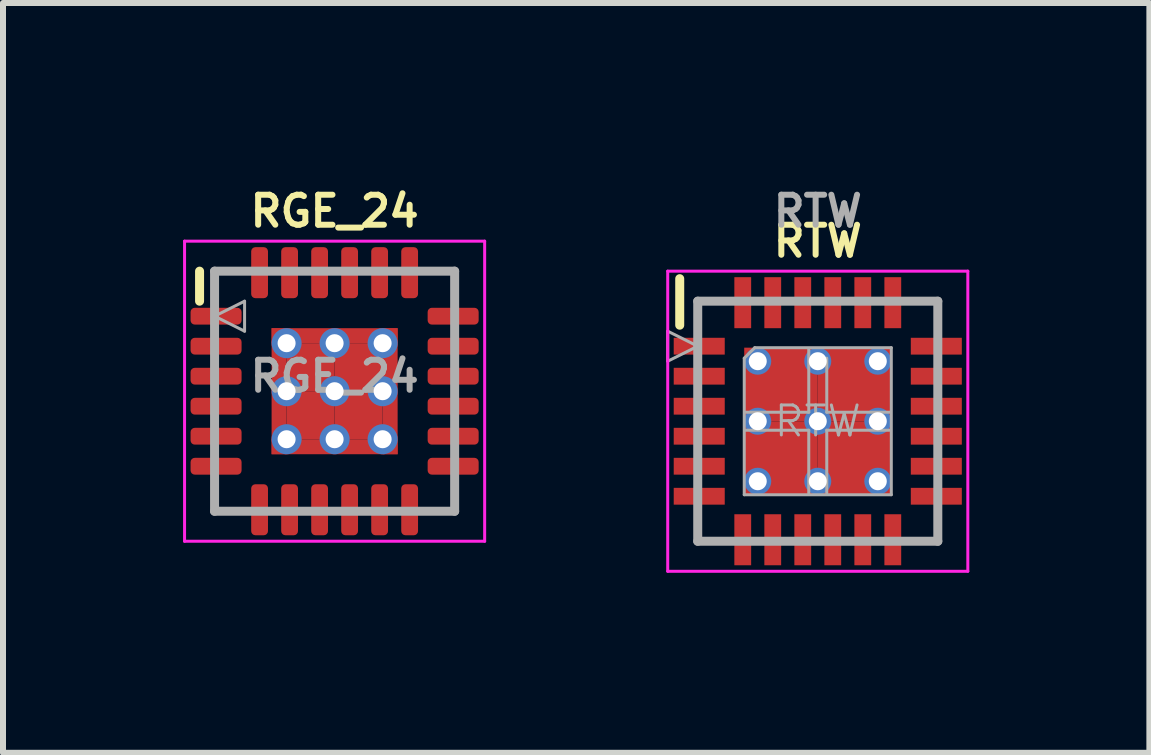
<source format=kicad_pcb>
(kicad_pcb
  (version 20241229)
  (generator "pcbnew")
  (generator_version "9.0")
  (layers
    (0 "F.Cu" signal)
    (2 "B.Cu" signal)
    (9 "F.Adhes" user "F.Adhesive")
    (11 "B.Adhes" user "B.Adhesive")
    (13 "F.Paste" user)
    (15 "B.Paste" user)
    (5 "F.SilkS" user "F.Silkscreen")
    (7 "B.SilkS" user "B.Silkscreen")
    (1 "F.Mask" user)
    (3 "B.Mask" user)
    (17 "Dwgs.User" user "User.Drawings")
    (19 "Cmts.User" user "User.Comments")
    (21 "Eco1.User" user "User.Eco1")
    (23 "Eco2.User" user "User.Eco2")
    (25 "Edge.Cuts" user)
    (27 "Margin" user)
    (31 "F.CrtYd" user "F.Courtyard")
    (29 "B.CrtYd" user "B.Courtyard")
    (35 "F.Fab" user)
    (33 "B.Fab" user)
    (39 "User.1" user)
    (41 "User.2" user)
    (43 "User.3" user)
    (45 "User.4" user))
  (footprint "RTW"
    (layer "F.Cu")
    (at 10.575 3.968)
    (property "Reference" "RTW" (at 0 -3 0) (layer "F.SilkS") (effects (font (size 0.5 0.5) (thickness 0.1))))
    (attr smd)
    (fp_line (start -2.3 -1.6) (end -2.3 -2.375) (stroke (width 0.15) (type solid)) (layer "F.SilkS"))
    (fp_line (start -2.5 -2.5) (end -2.5 2.5) (stroke (width 0.05) (type solid)) (layer "F.CrtYd"))
    (fp_line (start -2.5 -2.5) (end 2.5 -2.5) (stroke (width 0.05) (type solid)) (layer "F.CrtYd"))
    (fp_line (start -2.5 2.5) (end 2.5 2.5) (stroke (width 0.05) (type solid)) (layer "F.CrtYd"))
    (fp_line (start 2.5 -2.5) (end 2.5 2.5) (stroke (width 0.05) (type solid)) (layer "F.CrtYd"))
    (fp_line (start -2.5 -1.5) (end -2.5 -1) (stroke (width 0.05) (type solid)) (layer "F.Fab"))
    (fp_line (start -2.5 -1) (end -2 -1.25) (stroke (width 0.05) (type solid)) (layer "F.Fab"))
    (fp_line (start -2 -2) (end 2 -2) (stroke (width 0.15) (type solid)) (layer "F.Fab"))
    (fp_line (start -2 -1.25) (end -2.5 -1.5) (stroke (width 0.05) (type solid)) (layer "F.Fab"))
    (fp_line (start -2 2) (end -2 -2) (stroke (width 0.15) (type solid)) (layer "F.Fab"))
    (fp_line (start -1.225 -1.05) (end -1.05 -1.225) (stroke (width 0.05) (type solid)) (layer "F.Fab"))
    (fp_line (start -1.225 1.225) (end -1.225 -1.05) (stroke (width 0.05) (type solid)) (layer "F.Fab"))
    (fp_line (start -1.2 -0.15) (end -0.15 -0.15) (stroke (width 0.05) (type solid)) (layer "F.Fab"))
    (fp_line (start -1.05 -1.225) (end 1.225 -1.225) (stroke (width 0.05) (type solid)) (layer "F.Fab"))
    (fp_line (start -0.15 -1.2) (end -0.15 -0.15) (stroke (width 0.05) (type solid)) (layer "F.Fab"))
    (fp_line (start -0.15 0.15) (end -1.2 0.15) (stroke (width 0.05) (type solid)) (layer "F.Fab"))
    (fp_line (start -0.15 0.15) (end -0.15 1.2) (stroke (width 0.05) (type solid)) (layer "F.Fab"))
    (fp_line (start 0.15 -0.15) (end 0.15 -1.05) (stroke (width 0.05) (type solid)) (layer "F.Fab"))
    (fp_line (start 0.15 -0.15) (end 1.2 -0.15) (stroke (width 0.05) (type solid)) (layer "F.Fab"))
    (fp_line (start 0.15 0.15) (end 0.15 1.2) (stroke (width 0.05) (type solid)) (layer "F.Fab"))
    (fp_line (start 0.15 0.15) (end 1.2 0.15) (stroke (width 0.05) (type solid)) (layer "F.Fab"))
    (fp_line (start 1.225 -1.225) (end 1.225 1.225) (stroke (width 0.05) (type solid)) (layer "F.Fab"))
    (fp_line (start 1.225 1.225) (end -1.225 1.225) (stroke (width 0.05) (type solid)) (layer "F.Fab"))
    (fp_line (start 2 -2) (end 2 2) (stroke (width 0.15) (type solid)) (layer "F.Fab"))
    (fp_line (start 2 2) (end -2 2) (stroke (width 0.15) (type solid)) (layer "F.Fab"))
    (fp_text user "${REFERENCE}" (at 0 -3.5 0) (layer "F.Fab") (effects (font (size 0.5 0.5) (thickness 0.1))))
    (fp_text user "${REFERENCE}" (at 0 0 0) (layer "F.Fab") (effects (font (size 0.5 0.5) (thickness 0.05))))
    (pad "1" smd rect (at -1.975 -1.25) (size 0.85 0.28) (layers "F.Cu" "F.Mask" "F.Paste"))
    (pad "2" smd rect (at -1.975 -0.75) (size 0.85 0.28) (layers "F.Cu" "F.Mask" "F.Paste"))
    (pad "3" smd rect (at -1.975 -0.25) (size 0.85 0.28) (layers "F.Cu" "F.Mask" "F.Paste"))
    (pad "4" smd rect (at -1.975 0.25) (size 0.85 0.28) (layers "F.Cu" "F.Mask" "F.Paste"))
    (pad "5" smd rect (at -1.975 0.75) (size 0.85 0.28) (layers "F.Cu" "F.Mask" "F.Paste"))
    (pad "6" smd rect (at -1.975 1.25) (size 0.85 0.28) (layers "F.Cu" "F.Mask" "F.Paste"))
    (pad "7" smd rect (at -1.25 1.975) (size 0.28 0.85) (layers "F.Cu" "F.Mask" "F.Paste"))
    (pad "8" smd rect (at -0.75 1.975) (size 0.28 0.85) (layers "F.Cu" "F.Mask" "F.Paste"))
    (pad "9" smd rect (at -0.25 1.975) (size 0.28 0.85) (layers "F.Cu" "F.Mask" "F.Paste"))
    (pad "10" smd rect (at 0.25 1.975) (size 0.28 0.85) (layers "F.Cu" "F.Mask" "F.Paste"))
    (pad "11" smd rect (at 0.75 1.975) (size 0.28 0.85) (layers "F.Cu" "F.Mask" "F.Paste"))
    (pad "12" smd rect (at 1.25 1.975) (size 0.28 0.85) (layers "F.Cu" "F.Mask" "F.Paste"))
    (pad "13" smd rect (at 1.975 1.25) (size 0.85 0.28) (layers "F.Cu" "F.Mask" "F.Paste"))
    (pad "14" smd rect (at 1.975 0.75) (size 0.85 0.28) (layers "F.Cu" "F.Mask" "F.Paste"))
    (pad "15" smd rect (at 1.975 0.25) (size 0.85 0.28) (layers "F.Cu" "F.Mask" "F.Paste"))
    (pad "16" smd rect (at 1.975 -0.25) (size 0.85 0.28) (layers "F.Cu" "F.Mask" "F.Paste"))
    (pad "17" smd rect (at 1.975 -0.75) (size 0.85 0.28) (layers "F.Cu" "F.Mask" "F.Paste"))
    (pad "18" smd rect (at 1.975 -1.25) (size 0.85 0.28) (layers "F.Cu" "F.Mask" "F.Paste"))
    (pad "19" smd rect (at 1.25 -1.975) (size 0.28 0.85) (layers "F.Cu" "F.Mask" "F.Paste"))
    (pad "20" smd rect (at 0.75 -1.975) (size 0.28 0.85) (layers "F.Cu" "F.Mask" "F.Paste"))
    (pad "21" smd rect (at 0.25 -1.975) (size 0.28 0.85) (layers "F.Cu" "F.Mask" "F.Paste"))
    (pad "22" smd rect (at -0.25 -1.975) (size 0.28 0.85) (layers "F.Cu" "F.Mask" "F.Paste"))
    (pad "23" smd rect (at -0.75 -1.975) (size 0.28 0.85) (layers "F.Cu" "F.Mask" "F.Paste"))
    (pad "24" smd rect (at -1.25 -1.975) (size 0.28 0.85) (layers "F.Cu" "F.Mask" "F.Paste"))
    (pad "25" thru_hole circle (at -1 -1) (size 0.45 0.45) (drill 0.3) (layers "*.Cu"))
    (pad "25" thru_hole circle (at -1 0) (size 0.45 0.45) (drill 0.3) (layers "*.Cu"))
    (pad "25" thru_hole circle (at -1 1) (size 0.45 0.45) (drill 0.3) (layers "*.Cu"))
    (pad "25" smd rect (at -0.613 -0.613) (size 1.225 1.225) (layers "F.Cu" "F.Mask" "F.Paste"))
    (pad "25" smd rect (at -0.613 0.613) (size 1.225 1.225) (layers "F.Cu" "F.Mask" "F.Paste"))
    (pad "25" thru_hole circle (at 0 -1) (size 0.45 0.45) (drill 0.3) (layers "*.Cu"))
    (pad "25" thru_hole circle (at 0 0) (size 0.45 0.45) (drill 0.3) (layers "*.Cu"))
    (pad "25" thru_hole circle (at 0 1) (size 0.45 0.45) (drill 0.3) (layers "*.Cu"))
    (pad "25" smd rect (at 0.613 -0.613) (size 1.225 1.225) (layers "F.Cu" "F.Mask" "F.Paste"))
    (pad "25" smd rect (at 0.613 0.613) (size 1.225 1.225) (layers "F.Cu" "F.Mask" "F.Paste"))
    (pad "25" thru_hole circle (at 1 -1) (size 0.45 0.45) (drill 0.3) (layers "*.Cu"))
    (pad "25" thru_hole circle (at 1 0) (size 0.45 0.45) (drill 0.3) (layers "*.Cu"))
    (pad "25" thru_hole circle (at 1 1) (size 0.45 0.45) (drill 0.3) (layers "*.Cu")))
  (footprint "RGE_24"
    (layer "F.Cu")
    (at 2.525 3.468)
    (property "Reference" "RGE_24" (at 0 -3 0) (layer "F.SilkS") (effects (font (size 0.5 0.5) (thickness 0.1))))
    (attr smd)
    (fp_line (start -2.25 -2) (end -2.25 -1.5) (stroke (width 0.15) (type solid)) (layer "F.SilkS"))
    (fp_line (start -2.5 -2.5) (end -2.5 2.5) (stroke (width 0.05) (type solid)) (layer "F.CrtYd"))
    (fp_line (start -2.5 -2.5) (end 2.5 -2.5) (stroke (width 0.05) (type solid)) (layer "F.CrtYd"))
    (fp_line (start -2.5 2.5) (end 2.5 2.5) (stroke (width 0.05) (type solid)) (layer "F.CrtYd"))
    (fp_line (start 2.5 -2.5) (end 2.5 2.5) (stroke (width 0.05) (type solid)) (layer "F.CrtYd"))
    (fp_line (start -2 -2) (end -2 2) (stroke (width 0.15) (type solid)) (layer "F.Fab"))
    (fp_line (start -2 -1.25) (end -1.5 -1) (stroke (width 0.05) (type solid)) (layer "F.Fab"))
    (fp_line (start -2 2) (end 2 2) (stroke (width 0.15) (type solid)) (layer "F.Fab"))
    (fp_line (start -1.5 -1.5) (end -2 -1.25) (stroke (width 0.05) (type solid)) (layer "F.Fab"))
    (fp_line (start -1.5 -1.5) (end -1.5 -1) (stroke (width 0.05) (type solid)) (layer "F.Fab"))
    (fp_line (start 2 -2) (end -2 -2) (stroke (width 0.15) (type solid)) (layer "F.Fab"))
    (fp_line (start 2 2) (end 2 -2) (stroke (width 0.15) (type solid)) (layer "F.Fab"))
    (fp_text user "${REFERENCE}" (at 0 -0.25 0) (layer "F.Fab") (effects (font (size 0.5 0.5) (thickness 0.1))))
    (pad "1" smd roundrect (at -1.975 -1.25) (size 0.85 0.28) (layers "F.Cu" "F.Mask" "F.Paste") (roundrect_rratio 0.25))
    (pad "2" smd roundrect (at -1.975 -0.75) (size 0.85 0.28) (layers "F.Cu" "F.Mask" "F.Paste") (roundrect_rratio 0.25))
    (pad "3" smd roundrect (at -1.975 -0.25) (size 0.85 0.28) (layers "F.Cu" "F.Mask" "F.Paste") (roundrect_rratio 0.25))
    (pad "4" smd roundrect (at -1.975 0.25) (size 0.85 0.28) (layers "F.Cu" "F.Mask" "F.Paste") (roundrect_rratio 0.25))
    (pad "5" smd roundrect (at -1.975 0.75) (size 0.85 0.28) (layers "F.Cu" "F.Mask" "F.Paste") (roundrect_rratio 0.25))
    (pad "6" smd roundrect (at -1.975 1.25) (size 0.85 0.28) (layers "F.Cu" "F.Mask" "F.Paste") (roundrect_rratio 0.25))
    (pad "7" smd roundrect (at -1.25 1.975) (size 0.28 0.85) (layers "F.Cu" "F.Mask" "F.Paste") (roundrect_rratio 0.25))
    (pad "8" smd roundrect (at -0.75 1.975) (size 0.28 0.85) (layers "F.Cu" "F.Mask" "F.Paste") (roundrect_rratio 0.25))
    (pad "9" smd roundrect (at -0.25 1.975) (size 0.28 0.85) (layers "F.Cu" "F.Mask" "F.Paste") (roundrect_rratio 0.25))
    (pad "10" smd roundrect (at 0.25 1.975) (size 0.28 0.85) (layers "F.Cu" "F.Mask" "F.Paste") (roundrect_rratio 0.25))
    (pad "11" smd roundrect (at 0.75 1.975) (size 0.28 0.85) (layers "F.Cu" "F.Mask" "F.Paste") (roundrect_rratio 0.25))
    (pad "12" smd roundrect (at 1.25 1.975) (size 0.28 0.85) (layers "F.Cu" "F.Mask" "F.Paste") (roundrect_rratio 0.25))
    (pad "13" smd roundrect (at 1.975 1.25) (size 0.85 0.28) (layers "F.Cu" "F.Mask" "F.Paste") (roundrect_rratio 0.25))
    (pad "14" smd roundrect (at 1.975 0.75) (size 0.85 0.28) (layers "F.Cu" "F.Mask" "F.Paste") (roundrect_rratio 0.25))
    (pad "15" smd roundrect (at 1.975 0.25) (size 0.85 0.28) (layers "F.Cu" "F.Mask" "F.Paste") (roundrect_rratio 0.25))
    (pad "16" smd roundrect (at 1.975 -0.25) (size 0.85 0.28) (layers "F.Cu" "F.Mask" "F.Paste") (roundrect_rratio 0.25))
    (pad "17" smd roundrect (at 1.975 -0.75) (size 0.85 0.28) (layers "F.Cu" "F.Mask" "F.Paste") (roundrect_rratio 0.25))
    (pad "18" smd roundrect (at 1.975 -1.25) (size 0.85 0.28) (layers "F.Cu" "F.Mask" "F.Paste") (roundrect_rratio 0.25))
    (pad "19" smd roundrect (at 1.25 -1.975) (size 0.28 0.85) (layers "F.Cu" "F.Mask" "F.Paste") (roundrect_rratio 0.25))
    (pad "20" smd roundrect (at 0.75 -1.975) (size 0.28 0.85) (layers "F.Cu" "F.Mask" "F.Paste") (roundrect_rratio 0.25))
    (pad "21" smd roundrect (at 0.25 -1.975) (size 0.28 0.85) (layers "F.Cu" "F.Mask" "F.Paste") (roundrect_rratio 0.25))
    (pad "22" smd roundrect (at -0.25 -1.975) (size 0.28 0.85) (layers "F.Cu" "F.Mask" "F.Paste") (roundrect_rratio 0.25))
    (pad "23" smd roundrect (at -0.75 -1.975) (size 0.28 0.85) (layers "F.Cu" "F.Mask" "F.Paste") (roundrect_rratio 0.25))
    (pad "24" smd roundrect (at -1.25 -1.975) (size 0.28 0.85) (layers "F.Cu" "F.Mask" "F.Paste") (roundrect_rratio 0.25))
    (pad "25" smd rect (at -0.925 0 90) (size 2.1 0.25) (layers "F.Cu" "F.Mask"))
    (pad "25" thru_hole circle (at -0.8 -0.8) (size 0.5 0.5) (drill 0.3) (layers "*.Cu" "F.Mask"))
    (pad "25" thru_hole circle (at -0.8 0) (size 0.5 0.5) (drill 0.3) (layers "*.Cu" "F.Mask"))
    (pad "25" thru_hole circle (at -0.8 0.8) (size 0.5 0.5) (drill 0.3) (layers "*.Cu" "F.Mask"))
    (pad "25" smd rect (at -0.4 -0.4) (size 0.8 0.8) (layers "F.Cu" "F.Mask" "F.Paste"))
    (pad "25" smd rect (at -0.4 0.4) (size 0.8 0.8) (layers "F.Cu" "F.Mask" "F.Paste"))
    (pad "25" smd rect (at 0 -0.925) (size 2.1 0.25) (layers "F.Cu" "F.Mask"))
    (pad "25" thru_hole circle (at 0 -0.8) (size 0.5 0.5) (drill 0.3) (layers "*.Cu" "F.Mask"))
    (pad "25" thru_hole circle (at 0 0) (size 0.5 0.5) (drill 0.3) (layers "*.Cu" "F.Mask"))
    (pad "25" thru_hole circle (at 0 0.8) (size 0.5 0.5) (drill 0.3) (layers "*.Cu"))
    (pad "25" smd rect (at 0 0.925) (size 2.1 0.25) (layers "F.Cu" "F.Mask"))
    (pad "25" smd rect (at 0.4 -0.4) (size 0.8 0.8) (layers "F.Cu" "F.Mask" "F.Paste"))
    (pad "25" smd rect (at 0.4 0.4) (size 0.8 0.8) (layers "F.Cu" "F.Mask" "F.Paste"))
    (pad "25" thru_hole circle (at 0.8 -0.8) (size 0.5 0.5) (drill 0.3) (layers "*.Cu" "F.Mask"))
    (pad "25" thru_hole circle (at 0.8 0) (size 0.5 0.5) (drill 0.3) (layers "*.Cu" "F.Mask"))
    (pad "25" thru_hole circle (at 0.8 0.8) (size 0.5 0.5) (drill 0.3) (layers "*.Cu" "F.Mask"))
    (pad "25" smd rect (at 0.925 0 90) (size 2.1 0.25) (layers "F.Cu" "F.Mask")))
  (gr_rect
    (start -3 -3)
    (end 16.1 9.493)
    (stroke (width 0.1) (type default))
    (fill no)
    (layer "Edge.Cuts")))
</source>
